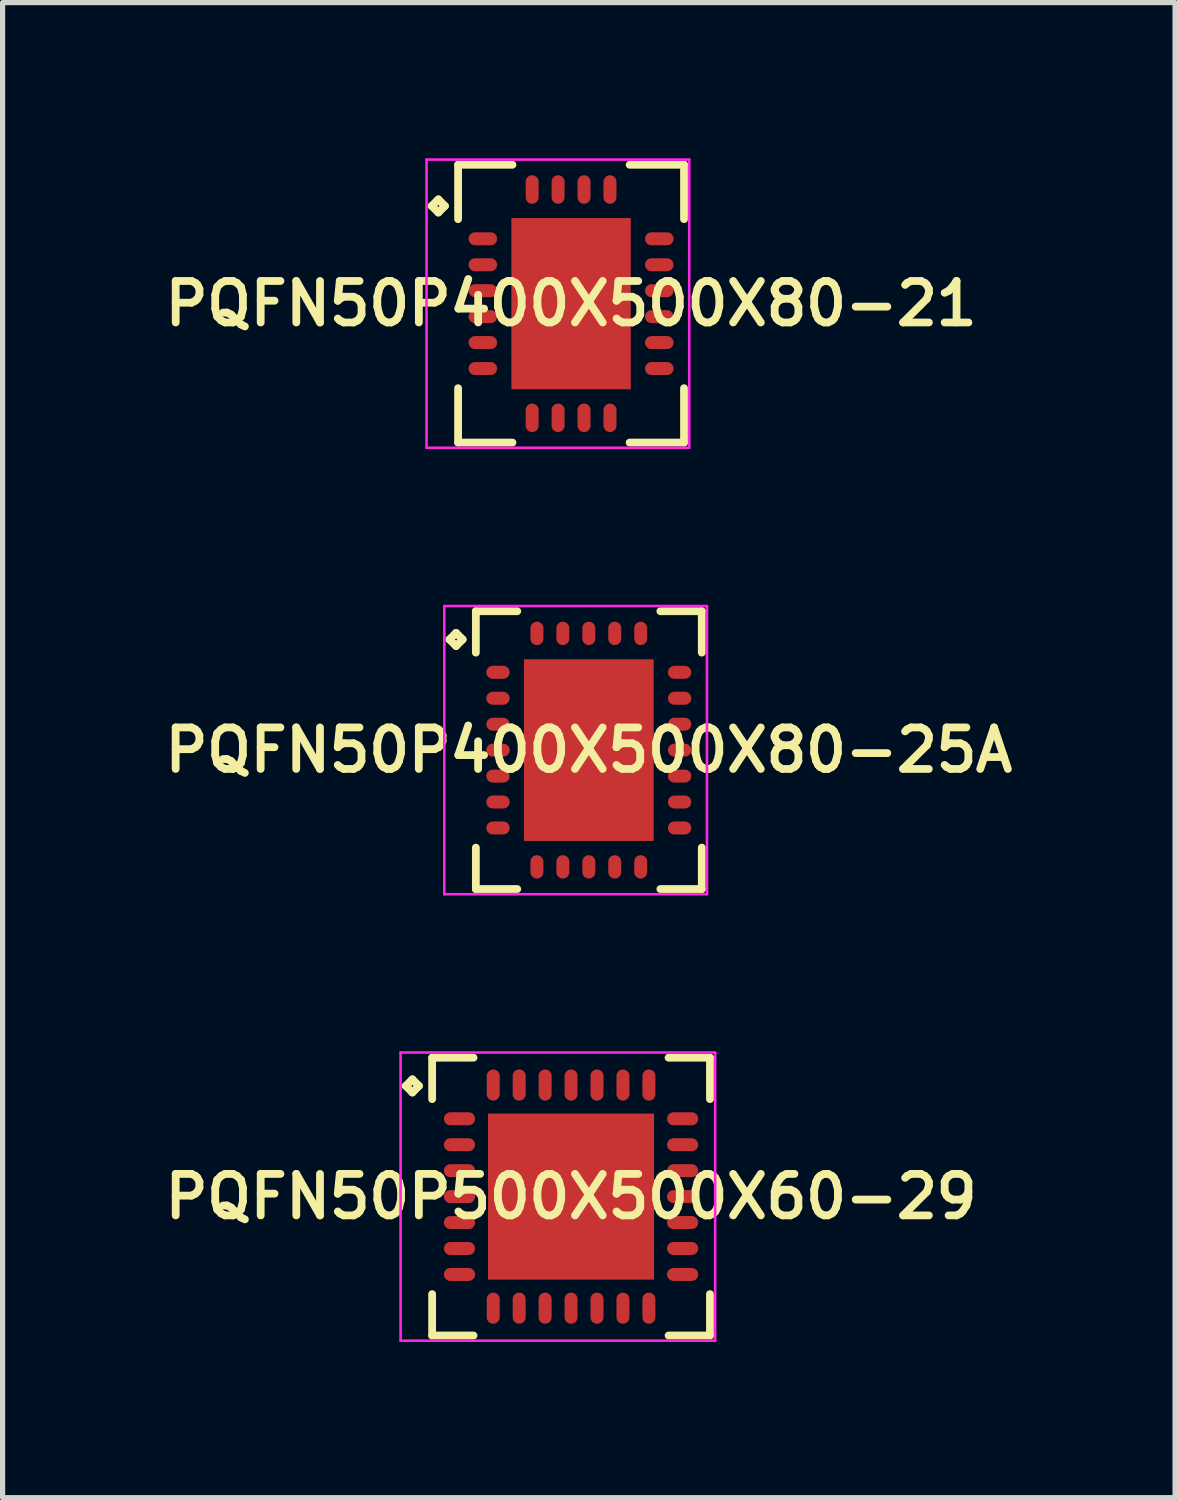
<source format=kicad_pcb>
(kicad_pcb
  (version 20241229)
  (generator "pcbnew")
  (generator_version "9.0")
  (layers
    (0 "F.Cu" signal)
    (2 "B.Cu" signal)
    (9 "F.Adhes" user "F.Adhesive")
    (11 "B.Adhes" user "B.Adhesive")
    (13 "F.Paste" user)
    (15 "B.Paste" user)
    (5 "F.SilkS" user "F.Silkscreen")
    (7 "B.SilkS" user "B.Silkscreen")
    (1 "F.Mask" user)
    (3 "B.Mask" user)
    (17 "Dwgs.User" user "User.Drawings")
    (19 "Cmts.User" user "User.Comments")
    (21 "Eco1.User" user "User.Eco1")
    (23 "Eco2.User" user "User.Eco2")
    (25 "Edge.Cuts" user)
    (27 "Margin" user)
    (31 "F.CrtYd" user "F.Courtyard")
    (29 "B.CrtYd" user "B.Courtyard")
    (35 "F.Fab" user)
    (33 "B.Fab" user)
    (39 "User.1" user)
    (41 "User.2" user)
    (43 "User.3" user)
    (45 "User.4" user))
  (footprint "PQFN50P400X500X80-21"
    (layer "F.Cu")
    (at 7.955 2.802)
    (property "Reference" "PQFN50P400X500X80-21" (at 0 0 0) (layer "F.SilkS") (effects (font (size 0.8 0.8) (thickness 0.15))))
    (attr smd)
    (fp_line (start -2.685 -1.883) (end -2.558 -2.01) (stroke (width 0.15) (type solid)) (layer "F.SilkS"))
    (fp_line (start -2.558 -2.01) (end -2.431 -1.883) (stroke (width 0.15) (type solid)) (layer "F.SilkS"))
    (fp_line (start -2.558 -1.756) (end -2.685 -1.883) (stroke (width 0.15) (type solid)) (layer "F.SilkS"))
    (fp_line (start -2.431 -1.883) (end -2.558 -1.756) (stroke (width 0.15) (type solid)) (layer "F.SilkS"))
    (fp_line (start -2.177 -2.677) (end -1.129 -2.677) (stroke (width 0.15) (type solid)) (layer "F.SilkS"))
    (fp_line (start -2.177 -1.629) (end -2.177 -2.677) (stroke (width 0.15) (type solid)) (layer "F.SilkS"))
    (fp_line (start -2.177 1.629) (end -2.177 2.677) (stroke (width 0.15) (type solid)) (layer "F.SilkS"))
    (fp_line (start -2.177 2.677) (end -1.129 2.677) (stroke (width 0.15) (type solid)) (layer "F.SilkS"))
    (fp_line (start 1.129 -2.677) (end 2.177 -2.677) (stroke (width 0.15) (type solid)) (layer "F.SilkS"))
    (fp_line (start 1.129 2.677) (end 2.177 2.677) (stroke (width 0.15) (type solid)) (layer "F.SilkS"))
    (fp_line (start 2.177 -2.677) (end 2.177 -1.629) (stroke (width 0.15) (type solid)) (layer "F.SilkS"))
    (fp_line (start 2.177 2.677) (end 2.177 1.629) (stroke (width 0.15) (type solid)) (layer "F.SilkS"))
    (fp_line (start -2.785 -2.777) (end 2.277 -2.777) (stroke (width 0.05) (type solid)) (layer "F.CrtYd"))
    (fp_line (start -2.785 2.777) (end -2.785 -2.777) (stroke (width 0.05) (type solid)) (layer "F.CrtYd"))
    (fp_line (start 2.277 -2.777) (end 2.277 2.777) (stroke (width 0.05) (type solid)) (layer "F.CrtYd"))
    (fp_line (start 2.277 2.777) (end -2.785 2.777) (stroke (width 0.05) (type solid)) (layer "F.CrtYd"))
    (pad "1" smd oval (at -1.7 -1.25) (size 0.55 0.25) (layers "F.Cu" "F.Mask" "F.Paste"))
    (pad "2" smd oval (at -1.7 -0.75) (size 0.55 0.25) (layers "F.Cu" "F.Mask" "F.Paste"))
    (pad "3" smd oval (at -1.7 -0.25) (size 0.55 0.25) (layers "F.Cu" "F.Mask" "F.Paste"))
    (pad "4" smd oval (at -1.7 0.25) (size 0.55 0.25) (layers "F.Cu" "F.Mask" "F.Paste"))
    (pad "5" smd oval (at -1.7 0.75) (size 0.55 0.25) (layers "F.Cu" "F.Mask" "F.Paste"))
    (pad "6" smd oval (at -1.7 1.25) (size 0.55 0.25) (layers "F.Cu" "F.Mask" "F.Paste"))
    (pad "7" smd oval (at -0.75 2.2) (size 0.25 0.55) (layers "F.Cu" "F.Mask" "F.Paste"))
    (pad "8" smd oval (at -0.25 2.2) (size 0.25 0.55) (layers "F.Cu" "F.Mask" "F.Paste"))
    (pad "9" smd oval (at 0.25 2.2) (size 0.25 0.55) (layers "F.Cu" "F.Mask" "F.Paste"))
    (pad "10" smd oval (at 0.75 2.2) (size 0.25 0.55) (layers "F.Cu" "F.Mask" "F.Paste"))
    (pad "11" smd oval (at 1.7 1.25) (size 0.55 0.25) (layers "F.Cu" "F.Mask" "F.Paste"))
    (pad "12" smd oval (at 1.7 0.75) (size 0.55 0.25) (layers "F.Cu" "F.Mask" "F.Paste"))
    (pad "13" smd oval (at 1.7 0.25) (size 0.55 0.25) (layers "F.Cu" "F.Mask" "F.Paste"))
    (pad "14" smd oval (at 1.7 -0.25) (size 0.55 0.25) (layers "F.Cu" "F.Mask" "F.Paste"))
    (pad "15" smd oval (at 1.7 -0.75) (size 0.55 0.25) (layers "F.Cu" "F.Mask" "F.Paste"))
    (pad "16" smd oval (at 1.7 -1.25) (size 0.55 0.25) (layers "F.Cu" "F.Mask" "F.Paste"))
    (pad "17" smd oval (at 0.75 -2.2) (size 0.25 0.55) (layers "F.Cu" "F.Mask" "F.Paste"))
    (pad "18" smd oval (at 0.25 -2.2) (size 0.25 0.55) (layers "F.Cu" "F.Mask" "F.Paste"))
    (pad "19" smd oval (at -0.25 -2.2) (size 0.25 0.55) (layers "F.Cu" "F.Mask" "F.Paste"))
    (pad "20" smd oval (at -0.75 -2.2) (size 0.25 0.55) (layers "F.Cu" "F.Mask" "F.Paste"))
    (pad "21" smd rect (at 0 0) (size 2.3 3.3) (layers "F.Cu" "F.Mask" "F.Paste")))
  (footprint "PQFN50P500X500X60-29"
    (layer "F.Cu")
    (at 7.955 20.01)
    (property "Reference" "PQFN50P500X500X60-29" (at 0 0 0) (layer "F.SilkS") (effects (font (size 0.8 0.8) (thickness 0.15))))
    (attr smd)
    (fp_line (start -3.185 -2.133) (end -3.058 -2.26) (stroke (width 0.15) (type solid)) (layer "F.SilkS"))
    (fp_line (start -3.058 -2.26) (end -2.931 -2.133) (stroke (width 0.15) (type solid)) (layer "F.SilkS"))
    (fp_line (start -3.058 -2.006) (end -3.185 -2.133) (stroke (width 0.15) (type solid)) (layer "F.SilkS"))
    (fp_line (start -2.931 -2.133) (end -3.058 -2.006) (stroke (width 0.15) (type solid)) (layer "F.SilkS"))
    (fp_line (start -2.677 -2.677) (end -1.879 -2.677) (stroke (width 0.15) (type solid)) (layer "F.SilkS"))
    (fp_line (start -2.677 -1.879) (end -2.677 -2.677) (stroke (width 0.15) (type solid)) (layer "F.SilkS"))
    (fp_line (start -2.677 1.879) (end -2.677 2.677) (stroke (width 0.15) (type solid)) (layer "F.SilkS"))
    (fp_line (start -2.677 2.677) (end -1.879 2.677) (stroke (width 0.15) (type solid)) (layer "F.SilkS"))
    (fp_line (start 1.879 -2.677) (end 2.677 -2.677) (stroke (width 0.15) (type solid)) (layer "F.SilkS"))
    (fp_line (start 1.879 2.677) (end 2.677 2.677) (stroke (width 0.15) (type solid)) (layer "F.SilkS"))
    (fp_line (start 2.677 -2.677) (end 2.677 -1.879) (stroke (width 0.15) (type solid)) (layer "F.SilkS"))
    (fp_line (start 2.677 2.677) (end 2.677 1.879) (stroke (width 0.15) (type solid)) (layer "F.SilkS"))
    (fp_line (start -3.285 -2.777) (end 2.777 -2.777) (stroke (width 0.05) (type solid)) (layer "F.CrtYd"))
    (fp_line (start -3.285 2.777) (end -3.285 -2.777) (stroke (width 0.05) (type solid)) (layer "F.CrtYd"))
    (fp_line (start 2.777 -2.777) (end 2.777 2.777) (stroke (width 0.05) (type solid)) (layer "F.CrtYd"))
    (fp_line (start 2.777 2.777) (end -3.285 2.777) (stroke (width 0.05) (type solid)) (layer "F.CrtYd"))
    (pad "1" smd oval (at -2.15 -1.5) (size 0.6 0.25) (layers "F.Cu" "F.Mask" "F.Paste"))
    (pad "2" smd oval (at -2.15 -1) (size 0.6 0.25) (layers "F.Cu" "F.Mask" "F.Paste"))
    (pad "3" smd oval (at -2.15 -0.5) (size 0.6 0.25) (layers "F.Cu" "F.Mask" "F.Paste"))
    (pad "4" smd oval (at -2.15 0) (size 0.6 0.25) (layers "F.Cu" "F.Mask" "F.Paste"))
    (pad "5" smd oval (at -2.15 0.5) (size 0.6 0.25) (layers "F.Cu" "F.Mask" "F.Paste"))
    (pad "6" smd oval (at -2.15 1) (size 0.6 0.25) (layers "F.Cu" "F.Mask" "F.Paste"))
    (pad "7" smd oval (at -2.15 1.5) (size 0.6 0.25) (layers "F.Cu" "F.Mask" "F.Paste"))
    (pad "8" smd oval (at -1.5 2.15) (size 0.25 0.6) (layers "F.Cu" "F.Mask" "F.Paste"))
    (pad "9" smd oval (at -1 2.15) (size 0.25 0.6) (layers "F.Cu" "F.Mask" "F.Paste"))
    (pad "10" smd oval (at -0.5 2.15) (size 0.25 0.6) (layers "F.Cu" "F.Mask" "F.Paste"))
    (pad "11" smd oval (at 0 2.15) (size 0.25 0.6) (layers "F.Cu" "F.Mask" "F.Paste"))
    (pad "12" smd oval (at 0.5 2.15) (size 0.25 0.6) (layers "F.Cu" "F.Mask" "F.Paste"))
    (pad "13" smd oval (at 1 2.15) (size 0.25 0.6) (layers "F.Cu" "F.Mask" "F.Paste"))
    (pad "14" smd oval (at 1.5 2.15) (size 0.25 0.6) (layers "F.Cu" "F.Mask" "F.Paste"))
    (pad "15" smd oval (at 2.15 1.5) (size 0.6 0.25) (layers "F.Cu" "F.Mask" "F.Paste"))
    (pad "16" smd oval (at 2.15 1) (size 0.6 0.25) (layers "F.Cu" "F.Mask" "F.Paste"))
    (pad "17" smd oval (at 2.15 0.5) (size 0.6 0.25) (layers "F.Cu" "F.Mask" "F.Paste"))
    (pad "18" smd oval (at 2.15 0) (size 0.6 0.25) (layers "F.Cu" "F.Mask" "F.Paste"))
    (pad "19" smd oval (at 2.15 -0.5) (size 0.6 0.25) (layers "F.Cu" "F.Mask" "F.Paste"))
    (pad "20" smd oval (at 2.15 -1) (size 0.6 0.25) (layers "F.Cu" "F.Mask" "F.Paste"))
    (pad "21" smd oval (at 2.15 -1.5) (size 0.6 0.25) (layers "F.Cu" "F.Mask" "F.Paste"))
    (pad "22" smd oval (at 1.5 -2.15) (size 0.25 0.6) (layers "F.Cu" "F.Mask" "F.Paste"))
    (pad "23" smd oval (at 1 -2.15) (size 0.25 0.6) (layers "F.Cu" "F.Mask" "F.Paste"))
    (pad "24" smd oval (at 0.5 -2.15) (size 0.25 0.6) (layers "F.Cu" "F.Mask" "F.Paste"))
    (pad "25" smd oval (at 0 -2.15) (size 0.25 0.6) (layers "F.Cu" "F.Mask" "F.Paste"))
    (pad "26" smd oval (at -0.5 -2.15) (size 0.25 0.6) (layers "F.Cu" "F.Mask" "F.Paste"))
    (pad "27" smd oval (at -1 -2.15) (size 0.25 0.6) (layers "F.Cu" "F.Mask" "F.Paste"))
    (pad "28" smd oval (at -1.5 -2.15) (size 0.25 0.6) (layers "F.Cu" "F.Mask" "F.Paste"))
    (pad "29" smd rect (at 0 0) (size 3.2 3.2) (layers "F.Cu" "F.Mask" "F.Paste")))
  (footprint "PQFN50P400X500X80-25A"
    (layer "F.Cu")
    (at 8.297 11.406)
    (property "Reference" "PQFN50P400X500X80-25A" (at 0 0 0) (layer "F.SilkS") (effects (font (size 0.8 0.8) (thickness 0.15))))
    (attr smd)
    (fp_line (start -2.685 -2.133) (end -2.558 -2.26) (stroke (width 0.15) (type solid)) (layer "F.SilkS"))
    (fp_line (start -2.558 -2.26) (end -2.431 -2.133) (stroke (width 0.15) (type solid)) (layer "F.SilkS"))
    (fp_line (start -2.558 -2.006) (end -2.685 -2.133) (stroke (width 0.15) (type solid)) (layer "F.SilkS"))
    (fp_line (start -2.431 -2.133) (end -2.558 -2.006) (stroke (width 0.15) (type solid)) (layer "F.SilkS"))
    (fp_line (start -2.177 -2.677) (end -1.379 -2.677) (stroke (width 0.15) (type solid)) (layer "F.SilkS"))
    (fp_line (start -2.177 -1.879) (end -2.177 -2.677) (stroke (width 0.15) (type solid)) (layer "F.SilkS"))
    (fp_line (start -2.177 1.879) (end -2.177 2.677) (stroke (width 0.15) (type solid)) (layer "F.SilkS"))
    (fp_line (start -2.177 2.677) (end -1.379 2.677) (stroke (width 0.15) (type solid)) (layer "F.SilkS"))
    (fp_line (start 1.379 -2.677) (end 2.177 -2.677) (stroke (width 0.15) (type solid)) (layer "F.SilkS"))
    (fp_line (start 1.379 2.677) (end 2.177 2.677) (stroke (width 0.15) (type solid)) (layer "F.SilkS"))
    (fp_line (start 2.177 -2.677) (end 2.177 -1.879) (stroke (width 0.15) (type solid)) (layer "F.SilkS"))
    (fp_line (start 2.177 2.677) (end 2.177 1.879) (stroke (width 0.15) (type solid)) (layer "F.SilkS"))
    (fp_line (start -2.785 -2.777) (end 2.277 -2.777) (stroke (width 0.05) (type solid)) (layer "F.CrtYd"))
    (fp_line (start -2.785 2.777) (end -2.785 -2.777) (stroke (width 0.05) (type solid)) (layer "F.CrtYd"))
    (fp_line (start 2.277 -2.777) (end 2.277 2.777) (stroke (width 0.05) (type solid)) (layer "F.CrtYd"))
    (fp_line (start 2.277 2.777) (end -2.785 2.777) (stroke (width 0.05) (type solid)) (layer "F.CrtYd"))
    (pad "1" smd oval (at -1.75 -1.5) (size 0.45 0.25) (layers "F.Cu" "F.Mask" "F.Paste"))
    (pad "2" smd oval (at -1.75 -1) (size 0.45 0.25) (layers "F.Cu" "F.Mask" "F.Paste"))
    (pad "3" smd oval (at -1.75 -0.5) (size 0.45 0.25) (layers "F.Cu" "F.Mask" "F.Paste"))
    (pad "4" smd oval (at -1.75 0) (size 0.45 0.25) (layers "F.Cu" "F.Mask" "F.Paste"))
    (pad "5" smd oval (at -1.75 0.5) (size 0.45 0.25) (layers "F.Cu" "F.Mask" "F.Paste"))
    (pad "6" smd oval (at -1.75 1) (size 0.45 0.25) (layers "F.Cu" "F.Mask" "F.Paste"))
    (pad "7" smd oval (at -1.75 1.5) (size 0.45 0.25) (layers "F.Cu" "F.Mask" "F.Paste"))
    (pad "8" smd oval (at -1 2.25) (size 0.25 0.45) (layers "F.Cu" "F.Mask" "F.Paste"))
    (pad "9" smd oval (at -0.5 2.25) (size 0.25 0.45) (layers "F.Cu" "F.Mask" "F.Paste"))
    (pad "10" smd oval (at 0 2.25) (size 0.25 0.45) (layers "F.Cu" "F.Mask" "F.Paste"))
    (pad "11" smd oval (at 0.5 2.25) (size 0.25 0.45) (layers "F.Cu" "F.Mask" "F.Paste"))
    (pad "12" smd oval (at 1 2.25) (size 0.25 0.45) (layers "F.Cu" "F.Mask" "F.Paste"))
    (pad "13" smd oval (at 1.75 1.5) (size 0.45 0.25) (layers "F.Cu" "F.Mask" "F.Paste"))
    (pad "14" smd oval (at 1.75 1) (size 0.45 0.25) (layers "F.Cu" "F.Mask" "F.Paste"))
    (pad "15" smd oval (at 1.75 0.5) (size 0.45 0.25) (layers "F.Cu" "F.Mask" "F.Paste"))
    (pad "16" smd oval (at 1.75 0) (size 0.45 0.25) (layers "F.Cu" "F.Mask" "F.Paste"))
    (pad "17" smd oval (at 1.75 -0.5) (size 0.45 0.25) (layers "F.Cu" "F.Mask" "F.Paste"))
    (pad "18" smd oval (at 1.75 -1) (size 0.45 0.25) (layers "F.Cu" "F.Mask" "F.Paste"))
    (pad "19" smd oval (at 1.75 -1.5) (size 0.45 0.25) (layers "F.Cu" "F.Mask" "F.Paste"))
    (pad "20" smd oval (at 1 -2.25) (size 0.25 0.45) (layers "F.Cu" "F.Mask" "F.Paste"))
    (pad "21" smd oval (at 0.5 -2.25) (size 0.25 0.45) (layers "F.Cu" "F.Mask" "F.Paste"))
    (pad "22" smd oval (at 0 -2.25) (size 0.25 0.45) (layers "F.Cu" "F.Mask" "F.Paste"))
    (pad "23" smd oval (at -0.5 -2.25) (size 0.25 0.45) (layers "F.Cu" "F.Mask" "F.Paste"))
    (pad "24" smd oval (at -1 -2.25) (size 0.25 0.45) (layers "F.Cu" "F.Mask" "F.Paste"))
    (pad "25" smd rect (at 0 0) (size 2.5 3.5) (layers "F.Cu" "F.Mask" "F.Paste")))
  (gr_rect
    (start -3 -3)
    (end 19.595 25.812)
    (stroke (width 0.1) (type default))
    (fill no)
    (layer "Edge.Cuts")))
</source>
